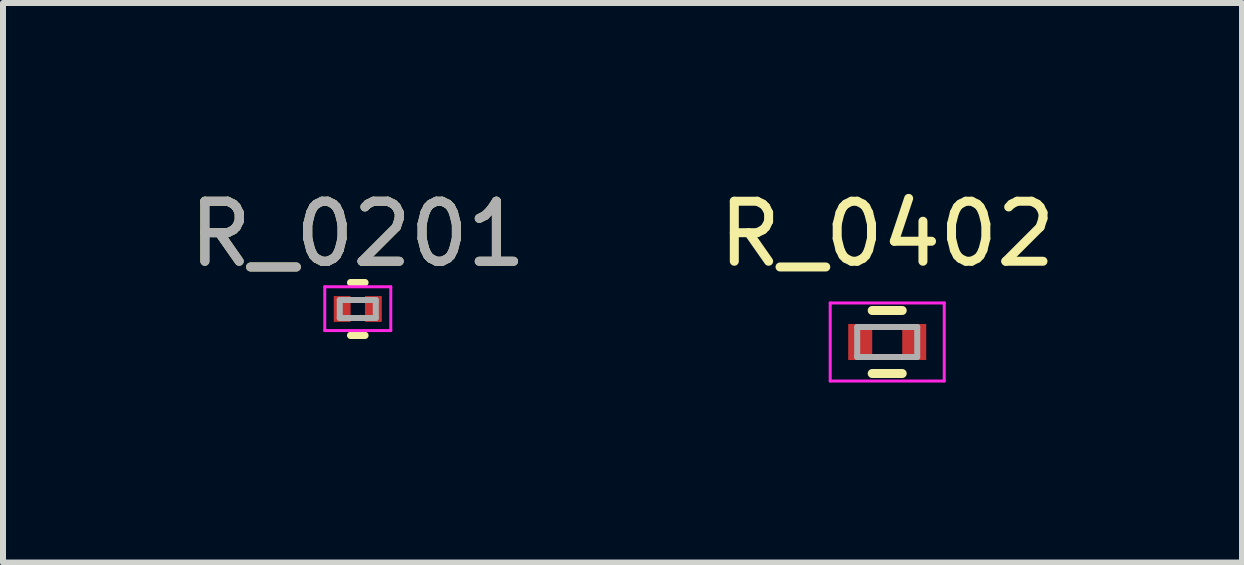
<source format=kicad_pcb>
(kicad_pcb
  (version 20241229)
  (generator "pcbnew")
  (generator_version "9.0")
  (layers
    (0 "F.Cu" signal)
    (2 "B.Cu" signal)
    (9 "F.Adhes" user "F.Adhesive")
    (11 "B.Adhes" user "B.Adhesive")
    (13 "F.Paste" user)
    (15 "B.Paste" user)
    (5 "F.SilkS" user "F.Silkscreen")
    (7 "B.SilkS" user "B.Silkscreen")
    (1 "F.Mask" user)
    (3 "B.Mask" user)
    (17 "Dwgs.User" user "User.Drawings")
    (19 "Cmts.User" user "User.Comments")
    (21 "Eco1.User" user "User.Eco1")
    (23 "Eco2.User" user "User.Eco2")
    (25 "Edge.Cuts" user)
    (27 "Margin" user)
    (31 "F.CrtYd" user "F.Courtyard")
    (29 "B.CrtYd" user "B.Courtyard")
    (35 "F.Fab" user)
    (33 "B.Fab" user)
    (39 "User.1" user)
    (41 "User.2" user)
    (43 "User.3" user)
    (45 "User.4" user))
  (footprint "R_0402"
    (layer "F.Cu")
    (at 11.732 2.648)
    (property "Reference" "R_0402" (at 0 -1.8 0) (layer "F.SilkS") (effects (font (size 1 1) (thickness 0.15))))
    (attr smd)
    (fp_line (start -0.25 0.525) (end 0.25 0.525) (stroke (width 0.15) (type solid)) (layer "F.SilkS"))
    (fp_line (start 0.25 -0.525) (end -0.25 -0.525) (stroke (width 0.15) (type solid)) (layer "F.SilkS"))
    (fp_line (start -0.95 -0.65) (end -0.95 0.65) (stroke (width 0.05) (type solid)) (layer "F.CrtYd"))
    (fp_line (start -0.95 -0.65) (end 0.95 -0.65) (stroke (width 0.05) (type solid)) (layer "F.CrtYd"))
    (fp_line (start -0.95 0.65) (end 0.95 0.65) (stroke (width 0.05) (type solid)) (layer "F.CrtYd"))
    (fp_line (start 0.95 -0.65) (end 0.95 0.65) (stroke (width 0.05) (type solid)) (layer "F.CrtYd"))
    (fp_line (start -0.5 -0.25) (end 0.5 -0.25) (stroke (width 0.1) (type solid)) (layer "F.Fab"))
    (fp_line (start -0.5 0.25) (end -0.5 -0.25) (stroke (width 0.1) (type solid)) (layer "F.Fab"))
    (fp_line (start 0.5 -0.25) (end 0.5 0.25) (stroke (width 0.1) (type solid)) (layer "F.Fab"))
    (fp_line (start 0.5 0.25) (end -0.5 0.25) (stroke (width 0.1) (type solid)) (layer "F.Fab"))
    (pad "1" smd rect (at -0.45 0) (size 0.4 0.6) (layers "F.Cu" "F.Mask" "F.Paste"))
    (pad "2" smd rect (at 0.45 0) (size 0.4 0.6) (layers "F.Cu" "F.Mask" "F.Paste")))
  (footprint "R_0201"
    (layer "F.Cu")
    (at 2.911 2.098)
    (property "Reference" "R_0201" (at 0 -1.25 0) (layer "F.SilkS") (effects (font (size 1 1) (thickness 0.15))))
    (attr smd)
    (fp_line (start -0.12 0.44) (end 0.12 0.44) (stroke (width 0.12) (type solid)) (layer "F.SilkS"))
    (fp_line (start 0.12 -0.44) (end -0.12 -0.44) (stroke (width 0.12) (type solid)) (layer "F.SilkS"))
    (fp_line (start -0.55 -0.37) (end -0.55 0.36) (stroke (width 0.05) (type solid)) (layer "F.CrtYd"))
    (fp_line (start -0.55 -0.37) (end 0.55 -0.37) (stroke (width 0.05) (type solid)) (layer "F.CrtYd"))
    (fp_line (start 0.55 0.36) (end -0.55 0.36) (stroke (width 0.05) (type solid)) (layer "F.CrtYd"))
    (fp_line (start 0.55 0.36) (end 0.55 -0.37) (stroke (width 0.05) (type solid)) (layer "F.CrtYd"))
    (fp_line (start -0.3 -0.15) (end 0.3 -0.15) (stroke (width 0.1) (type solid)) (layer "F.Fab"))
    (fp_line (start -0.3 0.15) (end -0.3 -0.15) (stroke (width 0.1) (type solid)) (layer "F.Fab"))
    (fp_line (start 0.3 -0.15) (end 0.3 0.15) (stroke (width 0.1) (type solid)) (layer "F.Fab"))
    (fp_line (start 0.3 0.15) (end -0.3 0.15) (stroke (width 0.1) (type solid)) (layer "F.Fab"))
    (fp_text user "${REFERENCE}" (at 0 -1.25 0) (layer "F.Fab") (effects (font (size 1 1) (thickness 0.15))))
    (pad "1" smd rect (at -0.26 0) (size 0.28 0.43) (layers "F.Cu" "F.Mask" "F.Paste"))
    (pad "2" smd rect (at 0.26 0) (size 0.28 0.43) (layers "F.Cu" "F.Mask" "F.Paste")))
  (gr_rect
    (start -3 -3)
    (end 17.643 6.323)
    (stroke (width 0.1) (type default))
    (fill no)
    (layer "Edge.Cuts")))
</source>
